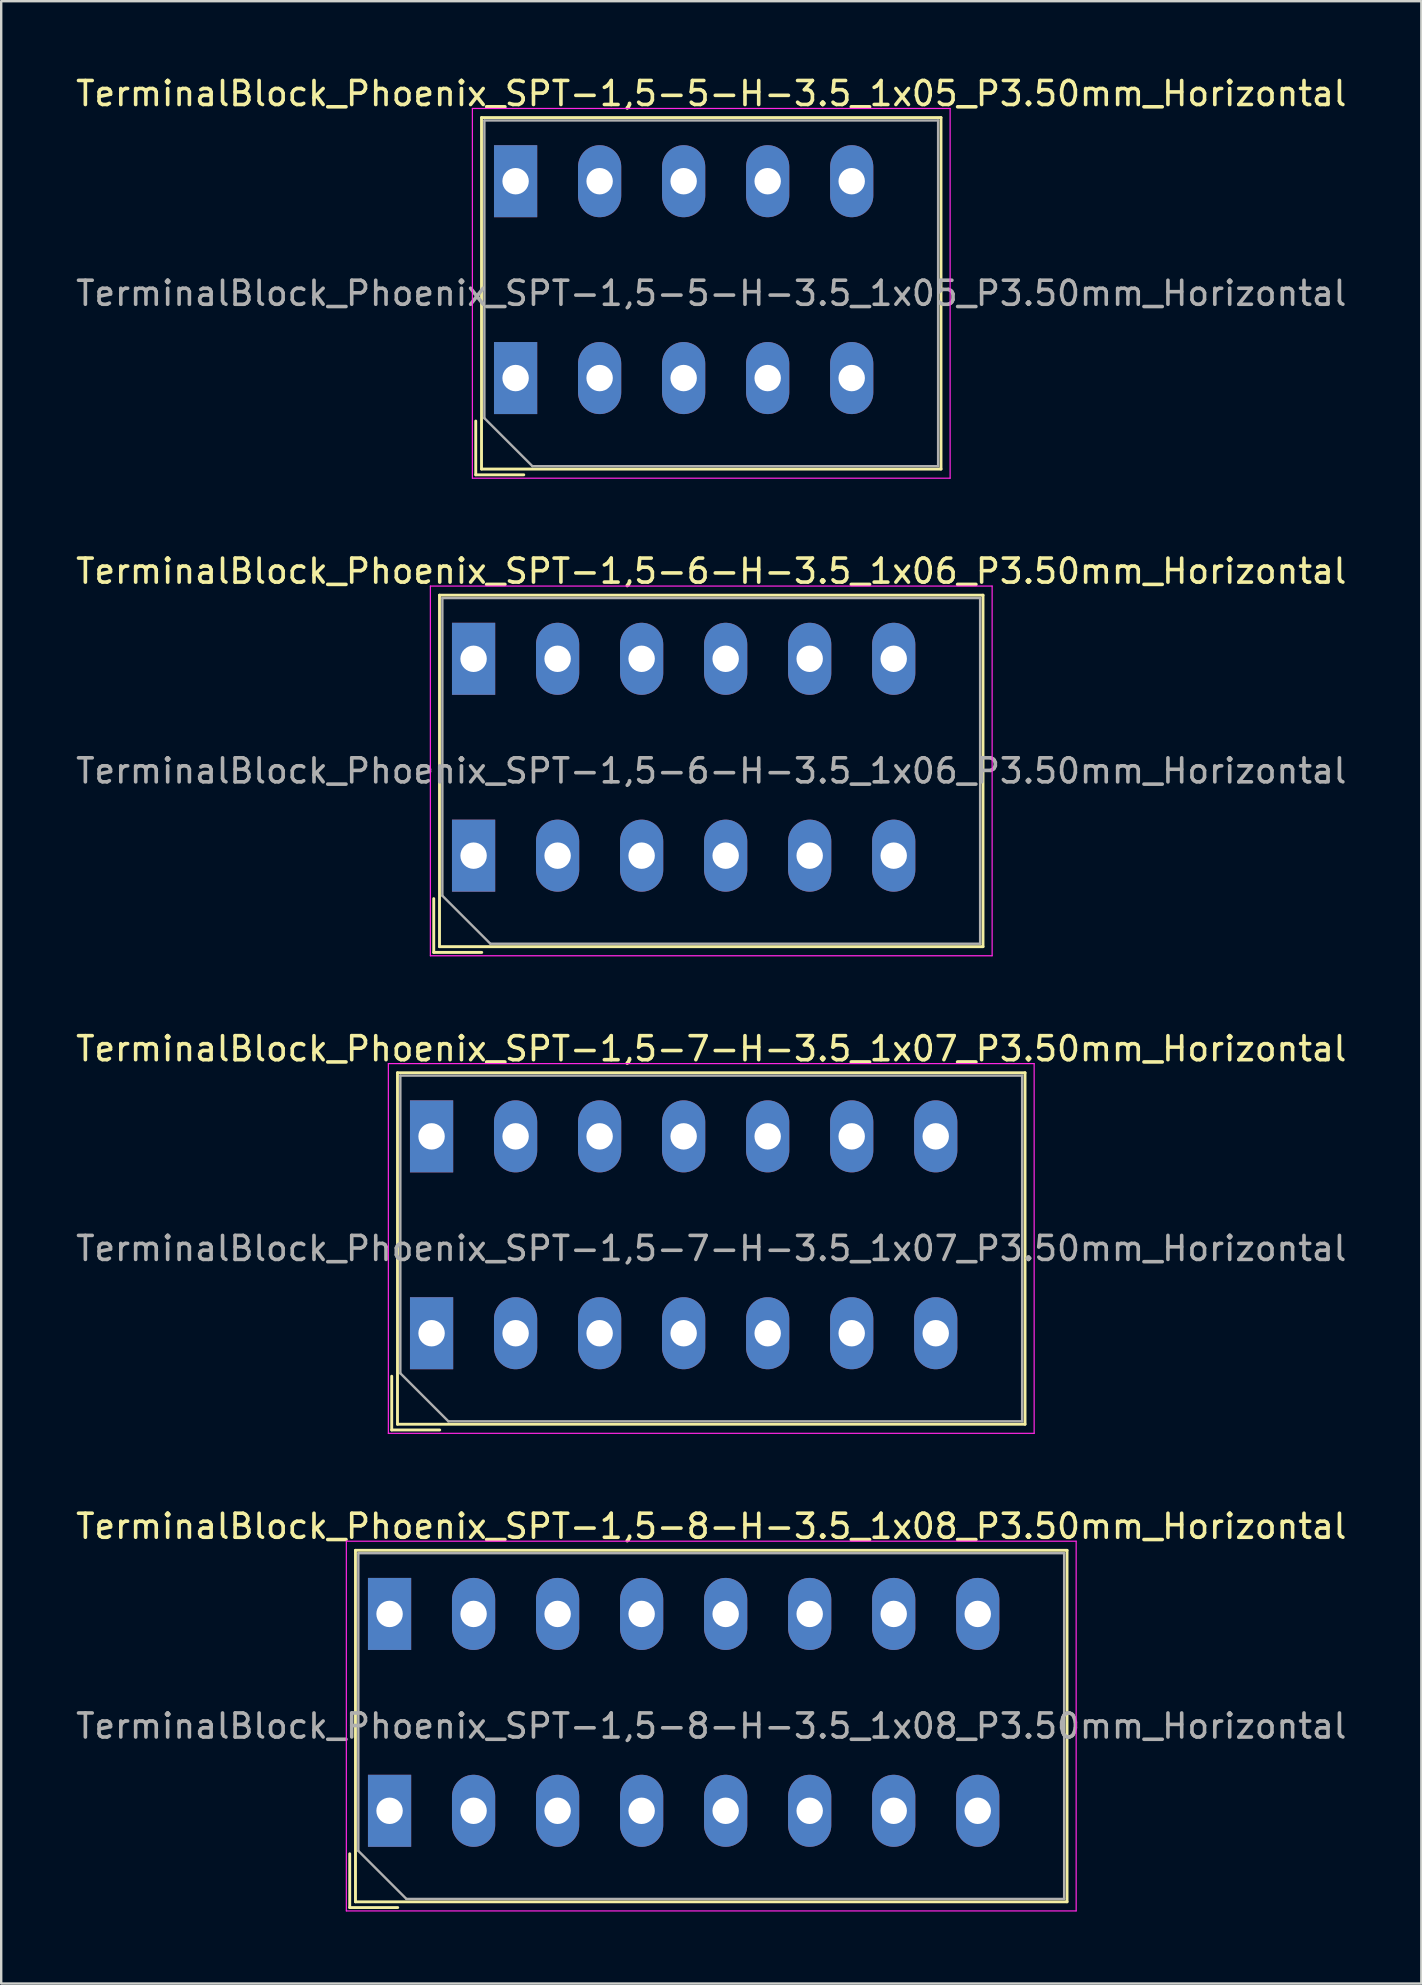
<source format=kicad_pcb>
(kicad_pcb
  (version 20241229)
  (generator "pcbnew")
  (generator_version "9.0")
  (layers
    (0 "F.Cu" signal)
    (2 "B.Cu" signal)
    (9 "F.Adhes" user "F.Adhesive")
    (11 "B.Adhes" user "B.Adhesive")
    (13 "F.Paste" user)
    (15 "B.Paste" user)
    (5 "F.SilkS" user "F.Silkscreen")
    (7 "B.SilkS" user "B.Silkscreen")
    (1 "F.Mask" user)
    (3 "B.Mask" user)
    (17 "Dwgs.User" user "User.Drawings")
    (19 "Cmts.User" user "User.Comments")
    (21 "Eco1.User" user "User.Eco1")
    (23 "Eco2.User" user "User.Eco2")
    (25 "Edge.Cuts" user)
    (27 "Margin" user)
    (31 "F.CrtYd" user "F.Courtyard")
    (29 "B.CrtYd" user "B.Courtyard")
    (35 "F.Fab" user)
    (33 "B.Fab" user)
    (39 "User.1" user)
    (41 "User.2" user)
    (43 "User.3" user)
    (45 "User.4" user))
  (footprint "TerminalBlock_Phoenix_SPT-1,5-5-H-3.5_1x05_P3.50mm_Horizontal"
    (layer "F.Cu")
    (at 18.427 12.698)
    (property "Reference" "TerminalBlock_Phoenix_SPT-1,5-5-H-3.5_1x05_P3.50mm_Horizontal" (at 8.15 -11.85 0) (layer "F.SilkS") (effects (font (size 1 1) (thickness 0.15))))
    (attr through_hole)
    (fp_line (start -1.66 1.79) (end -1.66 4.03) (stroke (width 0.12) (type solid)) (layer "F.SilkS"))
    (fp_line (start -1.66 4.03) (end 0.34 4.03) (stroke (width 0.12) (type solid)) (layer "F.SilkS"))
    (fp_line (start -1.42 -10.85) (end -1.42 3.791) (stroke (width 0.12) (type solid)) (layer "F.SilkS"))
    (fp_line (start -1.42 -10.85) (end 17.72 -10.85) (stroke (width 0.12) (type solid)) (layer "F.SilkS"))
    (fp_line (start -1.42 3.791) (end 17.72 3.791) (stroke (width 0.12) (type solid)) (layer "F.SilkS"))
    (fp_line (start 17.72 -10.85) (end 17.72 3.791) (stroke (width 0.12) (type solid)) (layer "F.SilkS"))
    (fp_line (start -1.8 -11.23) (end -1.8 4.17) (stroke (width 0.05) (type solid)) (layer "F.CrtYd"))
    (fp_line (start -1.8 4.17) (end 18.1 4.17) (stroke (width 0.05) (type solid)) (layer "F.CrtYd"))
    (fp_line (start 18.1 -11.23) (end -1.8 -11.23) (stroke (width 0.05) (type solid)) (layer "F.CrtYd"))
    (fp_line (start 18.1 4.17) (end 18.1 -11.23) (stroke (width 0.05) (type solid)) (layer "F.CrtYd"))
    (fp_line (start -1.3 -10.73) (end 17.6 -10.73) (stroke (width 0.1) (type solid)) (layer "F.Fab"))
    (fp_line (start -1.3 1.67) (end -1.3 -10.73) (stroke (width 0.1) (type solid)) (layer "F.Fab"))
    (fp_line (start 0.7 3.67) (end -1.3 1.67) (stroke (width 0.1) (type solid)) (layer "F.Fab"))
    (fp_line (start 17.6 -10.73) (end 17.6 3.67) (stroke (width 0.1) (type solid)) (layer "F.Fab"))
    (fp_line (start 17.6 3.67) (end 0.7 3.67) (stroke (width 0.1) (type solid)) (layer "F.Fab"))
    (fp_text user "${REFERENCE}" (at 8.15 -3.53 0) (layer "F.Fab") (effects (font (size 1 1) (thickness 0.15))))
    (pad "1" thru_hole rect (at 0 -8.2) (size 1.8 3) (drill 1.1) (layers "*.Cu" "*.Mask"))
    (pad "1" thru_hole rect (at 0 0) (size 1.8 3) (drill 1.1) (layers "*.Cu" "*.Mask"))
    (pad "2" thru_hole oval (at 3.5 -8.2) (size 1.8 3) (drill 1.1) (layers "*.Cu" "*.Mask"))
    (pad "2" thru_hole oval (at 3.5 0) (size 1.8 3) (drill 1.1) (layers "*.Cu" "*.Mask"))
    (pad "3" thru_hole oval (at 7 -8.2) (size 1.8 3) (drill 1.1) (layers "*.Cu" "*.Mask"))
    (pad "3" thru_hole oval (at 7 0) (size 1.8 3) (drill 1.1) (layers "*.Cu" "*.Mask"))
    (pad "4" thru_hole oval (at 10.5 -8.2) (size 1.8 3) (drill 1.1) (layers "*.Cu" "*.Mask"))
    (pad "4" thru_hole oval (at 10.5 0) (size 1.8 3) (drill 1.1) (layers "*.Cu" "*.Mask"))
    (pad "5" thru_hole oval (at 14 -8.2) (size 1.8 3) (drill 1.1) (layers "*.Cu" "*.Mask"))
    (pad "5" thru_hole oval (at 14 0) (size 1.8 3) (drill 1.1) (layers "*.Cu" "*.Mask")))
  (footprint "TerminalBlock_Phoenix_SPT-1,5-8-H-3.5_1x08_P3.50mm_Horizontal"
    (layer "F.Cu")
    (at 13.177 72.378)
    (property "Reference" "TerminalBlock_Phoenix_SPT-1,5-8-H-3.5_1x08_P3.50mm_Horizontal" (at 13.4 -11.85 0) (layer "F.SilkS") (effects (font (size 1 1) (thickness 0.15))))
    (attr through_hole)
    (fp_line (start -1.66 1.79) (end -1.66 4.03) (stroke (width 0.12) (type solid)) (layer "F.SilkS"))
    (fp_line (start -1.66 4.03) (end 0.34 4.03) (stroke (width 0.12) (type solid)) (layer "F.SilkS"))
    (fp_line (start -1.42 -10.85) (end -1.42 3.791) (stroke (width 0.12) (type solid)) (layer "F.SilkS"))
    (fp_line (start -1.42 -10.85) (end 28.22 -10.85) (stroke (width 0.12) (type solid)) (layer "F.SilkS"))
    (fp_line (start -1.42 3.791) (end 28.22 3.791) (stroke (width 0.12) (type solid)) (layer "F.SilkS"))
    (fp_line (start 28.22 -10.85) (end 28.22 3.791) (stroke (width 0.12) (type solid)) (layer "F.SilkS"))
    (fp_line (start -1.8 -11.23) (end -1.8 4.17) (stroke (width 0.05) (type solid)) (layer "F.CrtYd"))
    (fp_line (start -1.8 4.17) (end 28.6 4.17) (stroke (width 0.05) (type solid)) (layer "F.CrtYd"))
    (fp_line (start 28.6 -11.23) (end -1.8 -11.23) (stroke (width 0.05) (type solid)) (layer "F.CrtYd"))
    (fp_line (start 28.6 4.17) (end 28.6 -11.23) (stroke (width 0.05) (type solid)) (layer "F.CrtYd"))
    (fp_line (start -1.3 -10.73) (end 28.1 -10.73) (stroke (width 0.1) (type solid)) (layer "F.Fab"))
    (fp_line (start -1.3 1.67) (end -1.3 -10.73) (stroke (width 0.1) (type solid)) (layer "F.Fab"))
    (fp_line (start 0.7 3.67) (end -1.3 1.67) (stroke (width 0.1) (type solid)) (layer "F.Fab"))
    (fp_line (start 28.1 -10.73) (end 28.1 3.67) (stroke (width 0.1) (type solid)) (layer "F.Fab"))
    (fp_line (start 28.1 3.67) (end 0.7 3.67) (stroke (width 0.1) (type solid)) (layer "F.Fab"))
    (fp_text user "${REFERENCE}" (at 13.4 -3.53 0) (layer "F.Fab") (effects (font (size 1 1) (thickness 0.15))))
    (pad "1" thru_hole rect (at 0 -8.2) (size 1.8 3) (drill 1.1) (layers "*.Cu" "*.Mask"))
    (pad "1" thru_hole rect (at 0 0) (size 1.8 3) (drill 1.1) (layers "*.Cu" "*.Mask"))
    (pad "2" thru_hole oval (at 3.5 -8.2) (size 1.8 3) (drill 1.1) (layers "*.Cu" "*.Mask"))
    (pad "2" thru_hole oval (at 3.5 0) (size 1.8 3) (drill 1.1) (layers "*.Cu" "*.Mask"))
    (pad "3" thru_hole oval (at 7 -8.2) (size 1.8 3) (drill 1.1) (layers "*.Cu" "*.Mask"))
    (pad "3" thru_hole oval (at 7 0) (size 1.8 3) (drill 1.1) (layers "*.Cu" "*.Mask"))
    (pad "4" thru_hole oval (at 10.5 -8.2) (size 1.8 3) (drill 1.1) (layers "*.Cu" "*.Mask"))
    (pad "4" thru_hole oval (at 10.5 0) (size 1.8 3) (drill 1.1) (layers "*.Cu" "*.Mask"))
    (pad "5" thru_hole oval (at 14 -8.2) (size 1.8 3) (drill 1.1) (layers "*.Cu" "*.Mask"))
    (pad "5" thru_hole oval (at 14 0) (size 1.8 3) (drill 1.1) (layers "*.Cu" "*.Mask"))
    (pad "6" thru_hole oval (at 17.5 -8.2) (size 1.8 3) (drill 1.1) (layers "*.Cu" "*.Mask"))
    (pad "6" thru_hole oval (at 17.5 0) (size 1.8 3) (drill 1.1) (layers "*.Cu" "*.Mask"))
    (pad "7" thru_hole oval (at 21 -8.2) (size 1.8 3) (drill 1.1) (layers "*.Cu" "*.Mask"))
    (pad "7" thru_hole oval (at 21 0) (size 1.8 3) (drill 1.1) (layers "*.Cu" "*.Mask"))
    (pad "8" thru_hole oval (at 24.5 -8.2) (size 1.8 3) (drill 1.1) (layers "*.Cu" "*.Mask"))
    (pad "8" thru_hole oval (at 24.5 0) (size 1.8 3) (drill 1.1) (layers "*.Cu" "*.Mask")))
  (footprint "TerminalBlock_Phoenix_SPT-1,5-7-H-3.5_1x07_P3.50mm_Horizontal"
    (layer "F.Cu")
    (at 14.927 52.485)
    (property "Reference" "TerminalBlock_Phoenix_SPT-1,5-7-H-3.5_1x07_P3.50mm_Horizontal" (at 11.65 -11.85 0) (layer "F.SilkS") (effects (font (size 1 1) (thickness 0.15))))
    (attr through_hole)
    (fp_line (start -1.66 1.79) (end -1.66 4.03) (stroke (width 0.12) (type solid)) (layer "F.SilkS"))
    (fp_line (start -1.66 4.03) (end 0.34 4.03) (stroke (width 0.12) (type solid)) (layer "F.SilkS"))
    (fp_line (start -1.42 -10.85) (end -1.42 3.791) (stroke (width 0.12) (type solid)) (layer "F.SilkS"))
    (fp_line (start -1.42 -10.85) (end 24.72 -10.85) (stroke (width 0.12) (type solid)) (layer "F.SilkS"))
    (fp_line (start -1.42 3.791) (end 24.72 3.791) (stroke (width 0.12) (type solid)) (layer "F.SilkS"))
    (fp_line (start 24.72 -10.85) (end 24.72 3.791) (stroke (width 0.12) (type solid)) (layer "F.SilkS"))
    (fp_line (start -1.8 -11.23) (end -1.8 4.17) (stroke (width 0.05) (type solid)) (layer "F.CrtYd"))
    (fp_line (start -1.8 4.17) (end 25.1 4.17) (stroke (width 0.05) (type solid)) (layer "F.CrtYd"))
    (fp_line (start 25.1 -11.23) (end -1.8 -11.23) (stroke (width 0.05) (type solid)) (layer "F.CrtYd"))
    (fp_line (start 25.1 4.17) (end 25.1 -11.23) (stroke (width 0.05) (type solid)) (layer "F.CrtYd"))
    (fp_line (start -1.3 -10.73) (end 24.6 -10.73) (stroke (width 0.1) (type solid)) (layer "F.Fab"))
    (fp_line (start -1.3 1.67) (end -1.3 -10.73) (stroke (width 0.1) (type solid)) (layer "F.Fab"))
    (fp_line (start 0.7 3.67) (end -1.3 1.67) (stroke (width 0.1) (type solid)) (layer "F.Fab"))
    (fp_line (start 24.6 -10.73) (end 24.6 3.67) (stroke (width 0.1) (type solid)) (layer "F.Fab"))
    (fp_line (start 24.6 3.67) (end 0.7 3.67) (stroke (width 0.1) (type solid)) (layer "F.Fab"))
    (fp_text user "${REFERENCE}" (at 11.65 -3.53 0) (layer "F.Fab") (effects (font (size 1 1) (thickness 0.15))))
    (pad "1" thru_hole rect (at 0 -8.2) (size 1.8 3) (drill 1.1) (layers "*.Cu" "*.Mask"))
    (pad "1" thru_hole rect (at 0 0) (size 1.8 3) (drill 1.1) (layers "*.Cu" "*.Mask"))
    (pad "2" thru_hole oval (at 3.5 -8.2) (size 1.8 3) (drill 1.1) (layers "*.Cu" "*.Mask"))
    (pad "2" thru_hole oval (at 3.5 0) (size 1.8 3) (drill 1.1) (layers "*.Cu" "*.Mask"))
    (pad "3" thru_hole oval (at 7 -8.2) (size 1.8 3) (drill 1.1) (layers "*.Cu" "*.Mask"))
    (pad "3" thru_hole oval (at 7 0) (size 1.8 3) (drill 1.1) (layers "*.Cu" "*.Mask"))
    (pad "4" thru_hole oval (at 10.5 -8.2) (size 1.8 3) (drill 1.1) (layers "*.Cu" "*.Mask"))
    (pad "4" thru_hole oval (at 10.5 0) (size 1.8 3) (drill 1.1) (layers "*.Cu" "*.Mask"))
    (pad "5" thru_hole oval (at 14 -8.2) (size 1.8 3) (drill 1.1) (layers "*.Cu" "*.Mask"))
    (pad "5" thru_hole oval (at 14 0) (size 1.8 3) (drill 1.1) (layers "*.Cu" "*.Mask"))
    (pad "6" thru_hole oval (at 17.5 -8.2) (size 1.8 3) (drill 1.1) (layers "*.Cu" "*.Mask"))
    (pad "6" thru_hole oval (at 17.5 0) (size 1.8 3) (drill 1.1) (layers "*.Cu" "*.Mask"))
    (pad "7" thru_hole oval (at 21 -8.2) (size 1.8 3) (drill 1.1) (layers "*.Cu" "*.Mask"))
    (pad "7" thru_hole oval (at 21 0) (size 1.8 3) (drill 1.1) (layers "*.Cu" "*.Mask")))
  (footprint "TerminalBlock_Phoenix_SPT-1,5-6-H-3.5_1x06_P3.50mm_Horizontal"
    (layer "F.Cu")
    (at 16.677 32.592)
    (property "Reference" "TerminalBlock_Phoenix_SPT-1,5-6-H-3.5_1x06_P3.50mm_Horizontal" (at 9.9 -11.85 0) (layer "F.SilkS") (effects (font (size 1 1) (thickness 0.15))))
    (attr through_hole)
    (fp_line (start -1.66 1.79) (end -1.66 4.03) (stroke (width 0.12) (type solid)) (layer "F.SilkS"))
    (fp_line (start -1.66 4.03) (end 0.34 4.03) (stroke (width 0.12) (type solid)) (layer "F.SilkS"))
    (fp_line (start -1.42 -10.85) (end -1.42 3.791) (stroke (width 0.12) (type solid)) (layer "F.SilkS"))
    (fp_line (start -1.42 -10.85) (end 21.22 -10.85) (stroke (width 0.12) (type solid)) (layer "F.SilkS"))
    (fp_line (start -1.42 3.791) (end 21.22 3.791) (stroke (width 0.12) (type solid)) (layer "F.SilkS"))
    (fp_line (start 21.22 -10.85) (end 21.22 3.791) (stroke (width 0.12) (type solid)) (layer "F.SilkS"))
    (fp_line (start -1.8 -11.23) (end -1.8 4.17) (stroke (width 0.05) (type solid)) (layer "F.CrtYd"))
    (fp_line (start -1.8 4.17) (end 21.6 4.17) (stroke (width 0.05) (type solid)) (layer "F.CrtYd"))
    (fp_line (start 21.6 -11.23) (end -1.8 -11.23) (stroke (width 0.05) (type solid)) (layer "F.CrtYd"))
    (fp_line (start 21.6 4.17) (end 21.6 -11.23) (stroke (width 0.05) (type solid)) (layer "F.CrtYd"))
    (fp_line (start -1.3 -10.73) (end 21.1 -10.73) (stroke (width 0.1) (type solid)) (layer "F.Fab"))
    (fp_line (start -1.3 1.67) (end -1.3 -10.73) (stroke (width 0.1) (type solid)) (layer "F.Fab"))
    (fp_line (start 0.7 3.67) (end -1.3 1.67) (stroke (width 0.1) (type solid)) (layer "F.Fab"))
    (fp_line (start 21.1 -10.73) (end 21.1 3.67) (stroke (width 0.1) (type solid)) (layer "F.Fab"))
    (fp_line (start 21.1 3.67) (end 0.7 3.67) (stroke (width 0.1) (type solid)) (layer "F.Fab"))
    (fp_text user "${REFERENCE}" (at 9.9 -3.53 0) (layer "F.Fab") (effects (font (size 1 1) (thickness 0.15))))
    (pad "1" thru_hole rect (at 0 -8.2) (size 1.8 3) (drill 1.1) (layers "*.Cu" "*.Mask"))
    (pad "1" thru_hole rect (at 0 0) (size 1.8 3) (drill 1.1) (layers "*.Cu" "*.Mask"))
    (pad "2" thru_hole oval (at 3.5 -8.2) (size 1.8 3) (drill 1.1) (layers "*.Cu" "*.Mask"))
    (pad "2" thru_hole oval (at 3.5 0) (size 1.8 3) (drill 1.1) (layers "*.Cu" "*.Mask"))
    (pad "3" thru_hole oval (at 7 -8.2) (size 1.8 3) (drill 1.1) (layers "*.Cu" "*.Mask"))
    (pad "3" thru_hole oval (at 7 0) (size 1.8 3) (drill 1.1) (layers "*.Cu" "*.Mask"))
    (pad "4" thru_hole oval (at 10.5 -8.2) (size 1.8 3) (drill 1.1) (layers "*.Cu" "*.Mask"))
    (pad "4" thru_hole oval (at 10.5 0) (size 1.8 3) (drill 1.1) (layers "*.Cu" "*.Mask"))
    (pad "5" thru_hole oval (at 14 -8.2) (size 1.8 3) (drill 1.1) (layers "*.Cu" "*.Mask"))
    (pad "5" thru_hole oval (at 14 0) (size 1.8 3) (drill 1.1) (layers "*.Cu" "*.Mask"))
    (pad "6" thru_hole oval (at 17.5 -8.2) (size 1.8 3) (drill 1.1) (layers "*.Cu" "*.Mask"))
    (pad "6" thru_hole oval (at 17.5 0) (size 1.8 3) (drill 1.1) (layers "*.Cu" "*.Mask")))
  (gr_rect
    (start -3 -3)
    (end 56.155 79.573)
    (stroke (width 0.1) (type default))
    (fill no)
    (layer "Edge.Cuts")))
</source>
